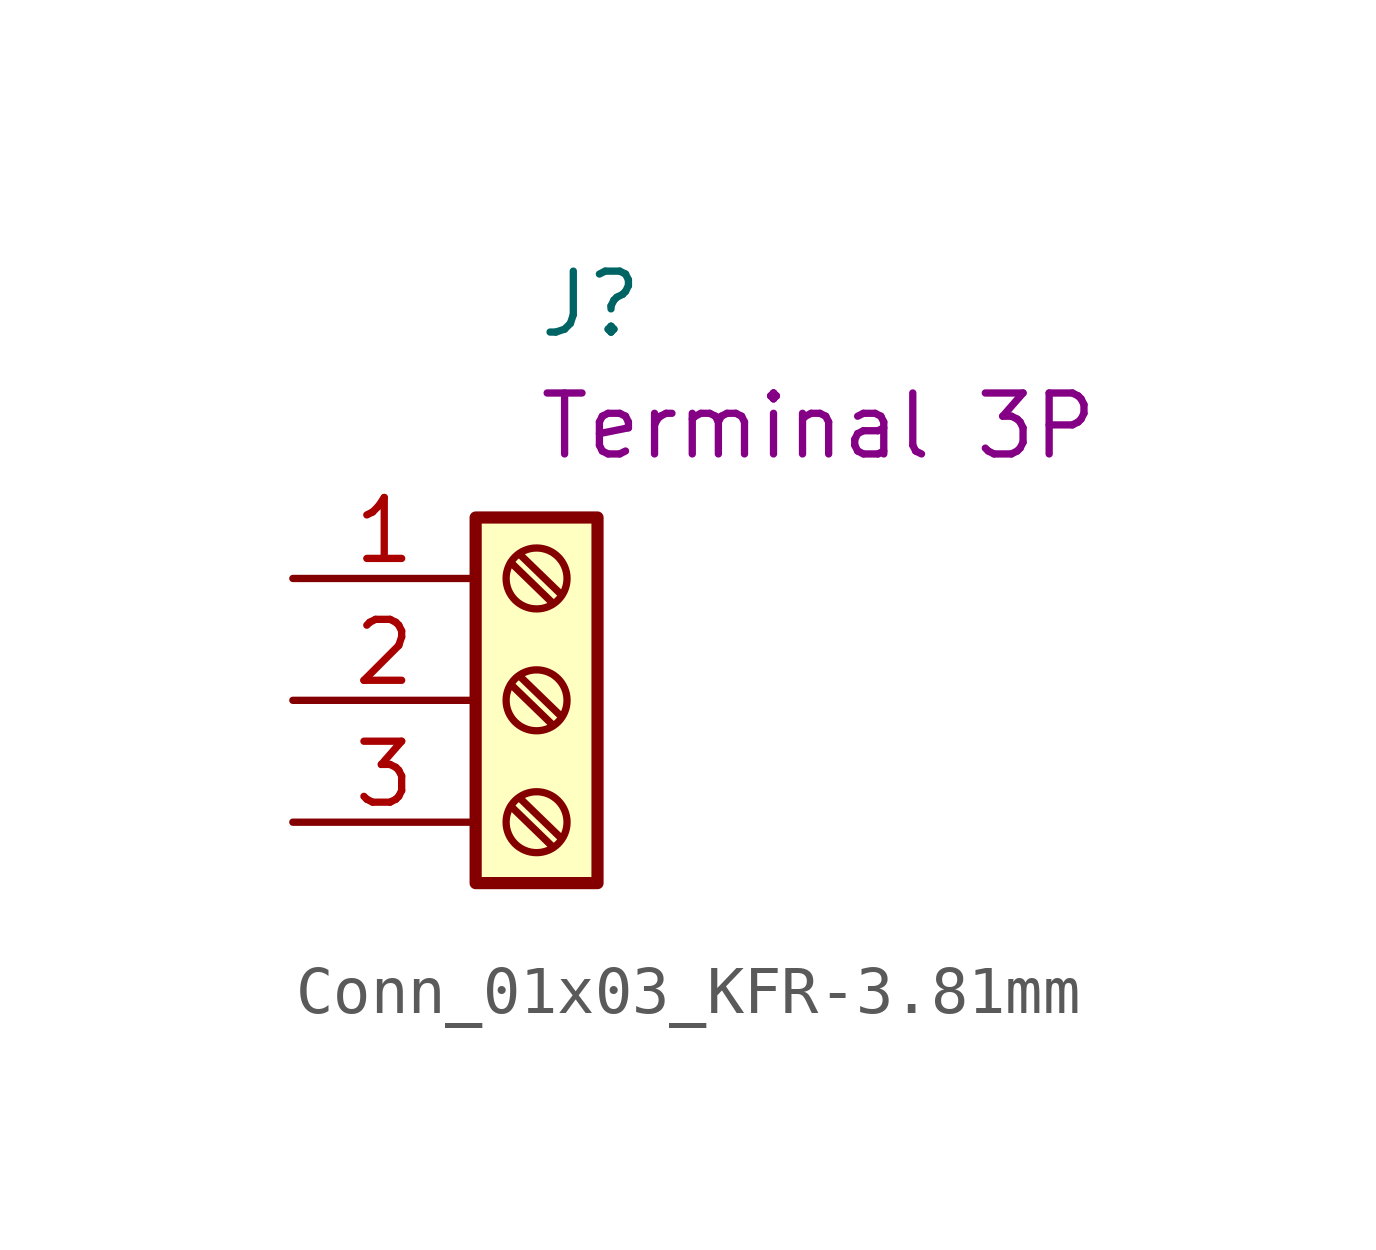
<source format=kicad_sym>
(kicad_symbol_lib
  (version 20211014)
  (generator kicad_symbol_editor)
  (symbol "Conn_01x03_KFR-3.81mm"
    (pin_names
      (offset 1.016))
    (property "Reference" "J"
      (at 0 8.255 0)
      (effects (font (size 1.27 1.27)) (justify left)))
    (property "Symbol" "Terminal 3P"
      (at 0 5.715 0)
      (effects (font (size 1.27 1.27)) (justify left)))
    (symbol "Conn_01x03_KFR-3.81mm_1_1"
      (rectangle (start -1.27 3.81) (end 1.27 -3.81) (stroke (width 0.254) (type default) (color 0 0 0 0)) (fill (type background)))
      (circle (center 0 -2.54) (radius 0.635) (stroke (width 0.152) (type default) (color 0 0 0 0)) (fill (type none)))
      (polyline (pts (xy -0.533 -2.21) (xy 0.33 -3.048)) (stroke (width 0.152) (type default) (color 0 0 0 0)) (fill (type none)))
      (polyline (pts (xy -0.533 0.33) (xy 0.33 -0.508)) (stroke (width 0.152) (type default) (color 0 0 0 0)) (fill (type none)))
      (polyline (pts (xy -0.533 2.87) (xy 0.33 2.032)) (stroke (width 0.152) (type default) (color 0 0 0 0)) (fill (type none)))
      (polyline (pts (xy -0.356 -2.032) (xy 0.508 -2.87)) (stroke (width 0.152) (type default) (color 0 0 0 0)) (fill (type none)))
      (polyline (pts (xy -0.356 0.508) (xy 0.508 -0.33)) (stroke (width 0.152) (type default) (color 0 0 0 0)) (fill (type none)))
      (polyline (pts (xy -0.356 3.048) (xy 0.508 2.21)) (stroke (width 0.152) (type default) (color 0 0 0 0)) (fill (type none)))
      (circle (center 0 0) (radius 0.635) (stroke (width 0.152) (type default) (color 0 0 0 0)) (fill (type none)))
      (circle (center 0 2.54) (radius 0.635) (stroke (width 0.152) (type default) (color 0 0 0 0)) (fill (type none)))
      (pin passive line (at -5.08 2.54 0) (length 3.81) (name "~" (effects (font (size 1.27 1.27)))) (number "1" (effects (font (size 1.27 1.27)))))
      (pin passive line (at -5.08 0 0) (length 3.81) (name "~" (effects (font (size 1.27 1.27)))) (number "2" (effects (font (size 1.27 1.27)))))
      (pin passive line (at -5.08 -2.54 0) (length 3.81) (name "~" (effects (font (size 1.27 1.27)))) (number "3" (effects (font (size 1.27 1.27))))))))
</source>
